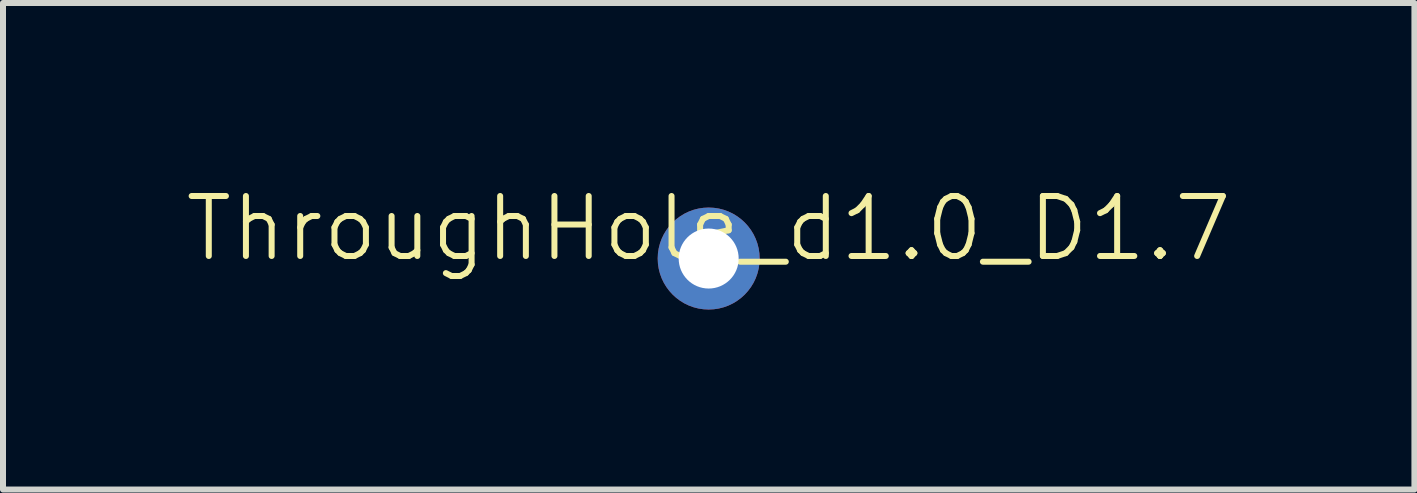
<source format=kicad_pcb>
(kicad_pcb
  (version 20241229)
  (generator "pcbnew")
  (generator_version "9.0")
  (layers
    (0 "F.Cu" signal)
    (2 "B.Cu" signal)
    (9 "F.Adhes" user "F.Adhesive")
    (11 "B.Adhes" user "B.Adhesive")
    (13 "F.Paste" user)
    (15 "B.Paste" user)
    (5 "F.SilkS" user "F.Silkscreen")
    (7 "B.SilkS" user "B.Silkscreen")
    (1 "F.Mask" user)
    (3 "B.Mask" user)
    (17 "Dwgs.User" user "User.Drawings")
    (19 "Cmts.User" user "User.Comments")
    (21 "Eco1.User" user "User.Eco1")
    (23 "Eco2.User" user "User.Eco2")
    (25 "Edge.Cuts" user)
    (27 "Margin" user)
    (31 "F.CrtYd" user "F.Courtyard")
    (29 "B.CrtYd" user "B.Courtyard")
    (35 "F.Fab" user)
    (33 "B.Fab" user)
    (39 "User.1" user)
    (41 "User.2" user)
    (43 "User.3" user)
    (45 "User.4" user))
  (footprint "ThroughHole_d1.0_D1.7"
    (layer "F.Cu")
    (at 8.764 1.26)
    (property "Reference" "ThroughHole_d1.0_D1.7" (at 0 -0.5 0) (unlocked yes) (layer "F.SilkS") (effects (font (size 1 1) (thickness 0.1))))
    (attr smd)
    (pad "1" thru_hole circle (at 0 0) (size 1.7 1.7) (drill 1) (layers "*.Cu" "*.Mask")))
  (gr_rect
    (start -3 -3)
    (end 20.529 5.111)
    (stroke (width 0.1) (type default))
    (fill no)
    (layer "Edge.Cuts")))
</source>
